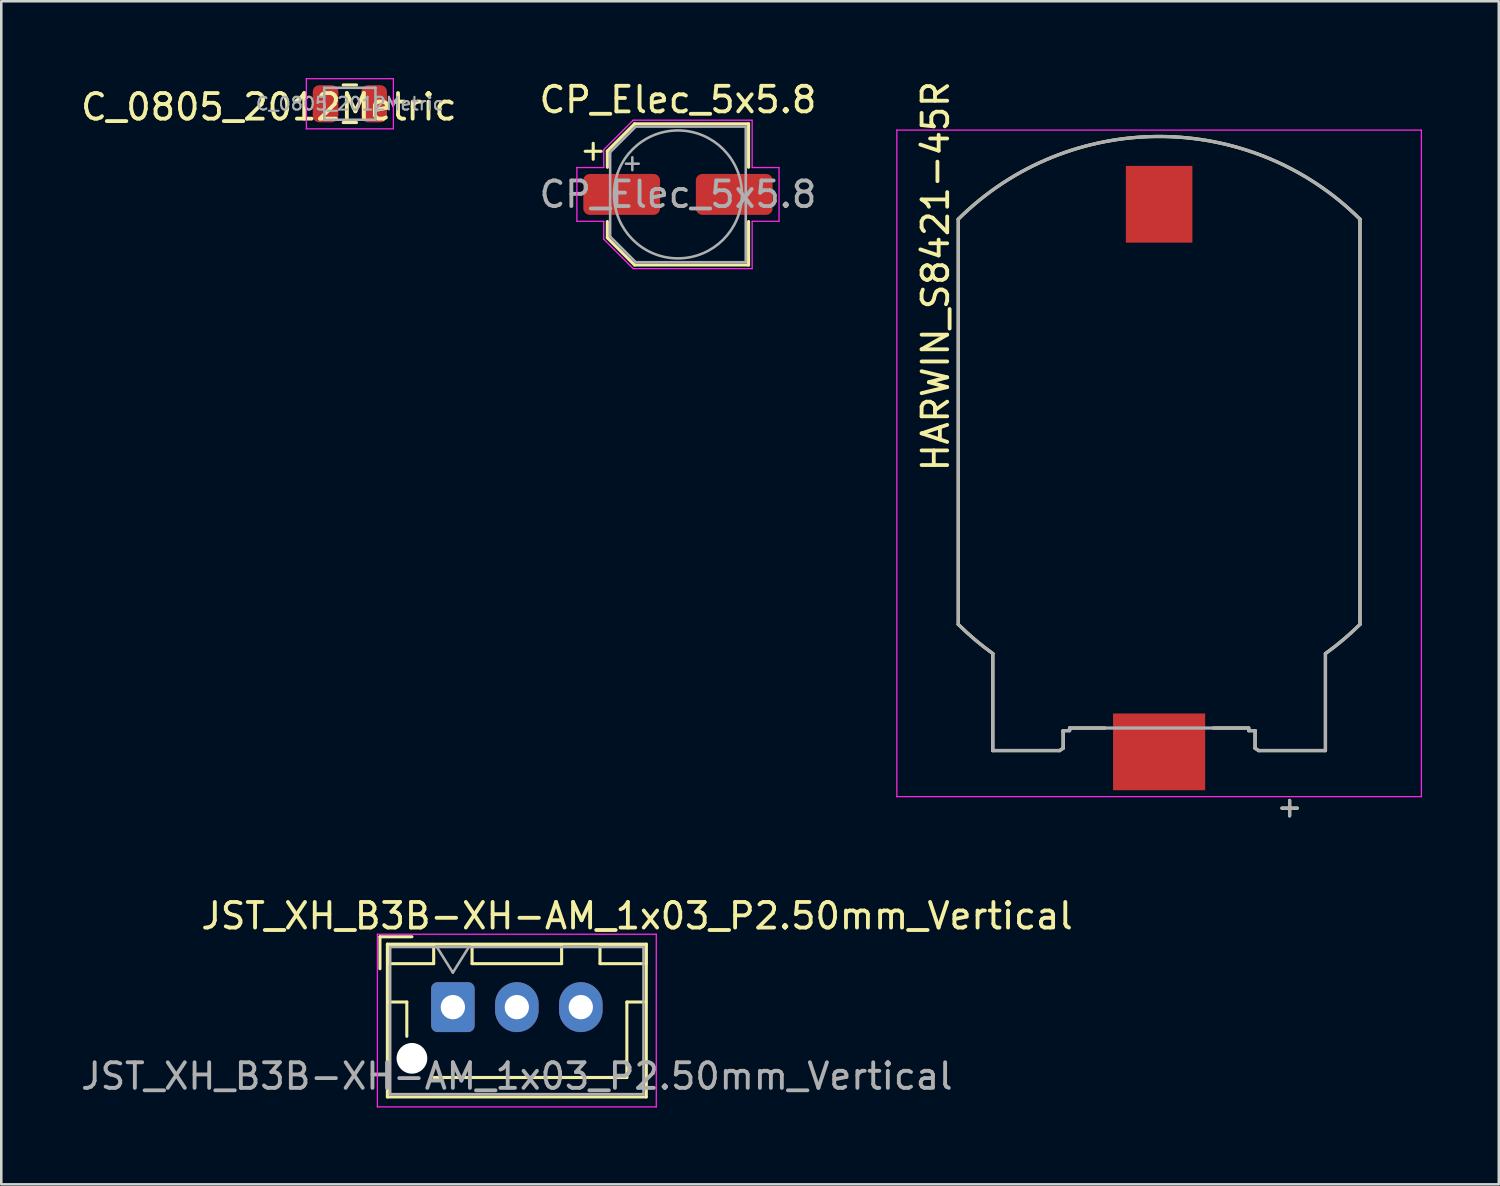
<source format=kicad_pcb>
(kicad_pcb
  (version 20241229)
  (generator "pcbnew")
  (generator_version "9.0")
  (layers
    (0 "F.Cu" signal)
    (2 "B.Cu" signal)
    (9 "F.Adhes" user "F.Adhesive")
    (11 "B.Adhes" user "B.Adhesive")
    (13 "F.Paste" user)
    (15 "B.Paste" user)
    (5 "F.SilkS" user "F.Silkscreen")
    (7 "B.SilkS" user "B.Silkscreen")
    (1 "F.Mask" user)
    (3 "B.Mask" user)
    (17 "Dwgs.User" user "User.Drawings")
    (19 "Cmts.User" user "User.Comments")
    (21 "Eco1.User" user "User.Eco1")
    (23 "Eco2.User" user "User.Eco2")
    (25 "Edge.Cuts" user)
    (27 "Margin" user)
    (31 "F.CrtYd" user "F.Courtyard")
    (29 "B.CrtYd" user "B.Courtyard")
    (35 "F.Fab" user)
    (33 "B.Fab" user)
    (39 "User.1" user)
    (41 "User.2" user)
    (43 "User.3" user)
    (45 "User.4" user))
  (footprint "JST_XH_B3B-XH-AM_1x03_P2.50mm_Vertical"
    (layer "F.Cu")
    (at 14.649 36.311)
    (property "Reference" "JST_XH_B3B-XH-AM_1x03_P2.50mm_Vertical" (at 7.197 -3.565 0) (layer "F.SilkS") (effects (font (size 1 1) (thickness 0.15))))
    (attr through_hole)
    (fp_line (start -2.85 -2.75) (end -2.85 -1.5) (stroke (width 0.12) (type solid)) (layer "F.SilkS"))
    (fp_line (start -2.56 -2.46) (end -2.56 3.51) (stroke (width 0.12) (type solid)) (layer "F.SilkS"))
    (fp_line (start -2.56 3.51) (end 7.56 3.51) (stroke (width 0.12) (type solid)) (layer "F.SilkS"))
    (fp_line (start -2.55 -2.45) (end -2.55 -1.7) (stroke (width 0.12) (type solid)) (layer "F.SilkS"))
    (fp_line (start -2.55 -1.7) (end -0.75 -1.7) (stroke (width 0.12) (type solid)) (layer "F.SilkS"))
    (fp_line (start -2.55 -0.2) (end -1.8 -0.2) (stroke (width 0.12) (type solid)) (layer "F.SilkS"))
    (fp_line (start -1.8 -0.2) (end -1.8 1.14) (stroke (width 0.12) (type solid)) (layer "F.SilkS"))
    (fp_line (start -1.6 -2.75) (end -2.85 -2.75) (stroke (width 0.12) (type solid)) (layer "F.SilkS"))
    (fp_line (start -0.75 -2.45) (end -2.55 -2.45) (stroke (width 0.12) (type solid)) (layer "F.SilkS"))
    (fp_line (start -0.75 -1.7) (end -0.75 -2.45) (stroke (width 0.12) (type solid)) (layer "F.SilkS"))
    (fp_line (start 0.75 -2.45) (end 0.75 -1.7) (stroke (width 0.12) (type solid)) (layer "F.SilkS"))
    (fp_line (start 0.75 -1.7) (end 4.25 -1.7) (stroke (width 0.12) (type solid)) (layer "F.SilkS"))
    (fp_line (start 2.5 2.75) (end -0.74 2.75) (stroke (width 0.12) (type solid)) (layer "F.SilkS"))
    (fp_line (start 4.25 -2.45) (end 0.75 -2.45) (stroke (width 0.12) (type solid)) (layer "F.SilkS"))
    (fp_line (start 4.25 -1.7) (end 4.25 -2.45) (stroke (width 0.12) (type solid)) (layer "F.SilkS"))
    (fp_line (start 5.75 -2.45) (end 5.75 -1.7) (stroke (width 0.12) (type solid)) (layer "F.SilkS"))
    (fp_line (start 5.75 -1.7) (end 7.55 -1.7) (stroke (width 0.12) (type solid)) (layer "F.SilkS"))
    (fp_line (start 6.8 -0.2) (end 6.8 2.75) (stroke (width 0.12) (type solid)) (layer "F.SilkS"))
    (fp_line (start 6.8 2.75) (end 2.5 2.75) (stroke (width 0.12) (type solid)) (layer "F.SilkS"))
    (fp_line (start 7.55 -2.45) (end 5.75 -2.45) (stroke (width 0.12) (type solid)) (layer "F.SilkS"))
    (fp_line (start 7.55 -1.7) (end 7.55 -2.45) (stroke (width 0.12) (type solid)) (layer "F.SilkS"))
    (fp_line (start 7.55 -0.2) (end 6.8 -0.2) (stroke (width 0.12) (type solid)) (layer "F.SilkS"))
    (fp_line (start 7.56 -2.46) (end -2.56 -2.46) (stroke (width 0.12) (type solid)) (layer "F.SilkS"))
    (fp_line (start 7.56 3.51) (end 7.56 -2.46) (stroke (width 0.12) (type solid)) (layer "F.SilkS"))
    (fp_line (start -2.95 -2.85) (end -2.95 3.9) (stroke (width 0.05) (type solid)) (layer "F.CrtYd"))
    (fp_line (start -2.95 3.9) (end 7.95 3.9) (stroke (width 0.05) (type solid)) (layer "F.CrtYd"))
    (fp_line (start 7.95 -2.85) (end -2.95 -2.85) (stroke (width 0.05) (type solid)) (layer "F.CrtYd"))
    (fp_line (start 7.95 3.9) (end 7.95 -2.85) (stroke (width 0.05) (type solid)) (layer "F.CrtYd"))
    (fp_line (start -2.45 -2.35) (end -2.45 3.4) (stroke (width 0.1) (type solid)) (layer "F.Fab"))
    (fp_line (start -2.45 3.4) (end 7.45 3.4) (stroke (width 0.1) (type solid)) (layer "F.Fab"))
    (fp_line (start -0.625 -2.35) (end 0 -1.35) (stroke (width 0.1) (type solid)) (layer "F.Fab"))
    (fp_line (start 0 -1.35) (end 0.625 -2.35) (stroke (width 0.1) (type solid)) (layer "F.Fab"))
    (fp_line (start 7.45 -2.35) (end -2.45 -2.35) (stroke (width 0.1) (type solid)) (layer "F.Fab"))
    (fp_line (start 7.45 3.4) (end 7.45 -2.35) (stroke (width 0.1) (type solid)) (layer "F.Fab"))
    (fp_text user "${REFERENCE}" (at 2.5 2.7 0) (layer "F.Fab") (effects (font (size 1 1) (thickness 0.15))))
    (pad "" np_thru_hole circle (at -1.6 2) (size 1.2 1.2) (drill 1.2) (layers "*.Cu" "*.Mask"))
    (pad "1" thru_hole roundrect (at 0 0) (size 1.7 1.95) (drill 0.95) (layers "*.Cu" "*.Mask") (roundrect_rratio 0.147))
    (pad "2" thru_hole oval (at 2.5 0) (size 1.7 1.95) (drill 0.95) (layers "*.Cu" "*.Mask"))
    (pad "3" thru_hole oval (at 5 0) (size 1.7 1.95) (drill 0.95) (layers "*.Cu" "*.Mask")))
  (footprint "HARWIN_S8421-45R"
    (layer "F.Cu")
    (at 42.251 13.434)
    (property "Reference" "HARWIN_S8421-45R" (at -8.738 -5.69 90) (layer "F.SilkS") (effects (font (size 1 1) (thickness 0.15))))
    (attr smd)
    (fp_line (start -7.85 -7.918) (end -7.85 7.918) (stroke (width 0.127) (type solid)) (layer "F.SilkS"))
    (fp_line (start -6.5 9.059) (end -6.5 12.85) (stroke (width 0.127) (type solid)) (layer "F.SilkS"))
    (fp_line (start -6.5 12.85) (end -3.889 12.85) (stroke (width 0.127) (type solid)) (layer "F.SilkS"))
    (fp_line (start -3.75 12.758) (end -3.889 12.85) (stroke (width 0.127) (type solid)) (layer "F.SilkS"))
    (fp_line (start -3.75 12.758) (end -3.75 12.12) (stroke (width 0.127) (type solid)) (layer "F.SilkS"))
    (fp_line (start -3.75 12.07) (end -3.75 12.12) (stroke (width 0.127) (type solid)) (layer "F.SilkS"))
    (fp_line (start -3.5 12.07) (end -3.75 12.07) (stroke (width 0.127) (type solid)) (layer "F.SilkS"))
    (fp_line (start -3.5 12.07) (end -3.5 11.97) (stroke (width 0.127) (type solid)) (layer "F.SilkS"))
    (fp_line (start -2.12 11.97) (end -3.5 11.97) (stroke (width 0.127) (type solid)) (layer "F.SilkS"))
    (fp_line (start 3.5 11.97) (end 2.12 11.97) (stroke (width 0.127) (type solid)) (layer "F.SilkS"))
    (fp_line (start 3.5 12.07) (end 3.5 11.97) (stroke (width 0.127) (type solid)) (layer "F.SilkS"))
    (fp_line (start 3.75 12.12) (end 3.75 12.109) (stroke (width 0.127) (type solid)) (layer "F.SilkS"))
    (fp_line (start 3.75 12.07) (end 3.5 12.07) (stroke (width 0.127) (type solid)) (layer "F.SilkS"))
    (fp_line (start 3.75 12.109) (end 3.75 12.07) (stroke (width 0.127) (type solid)) (layer "F.SilkS"))
    (fp_line (start 3.75 12.758) (end 3.75 12.12) (stroke (width 0.127) (type solid)) (layer "F.SilkS"))
    (fp_line (start 3.889 12.85) (end 3.75 12.758) (stroke (width 0.127) (type solid)) (layer "F.SilkS"))
    (fp_line (start 3.889 12.85) (end 6.5 12.85) (stroke (width 0.127) (type solid)) (layer "F.SilkS"))
    (fp_line (start 4.8 15.1) (end 5.4 15.1) (stroke (width 0.127) (type solid)) (layer "F.SilkS"))
    (fp_line (start 5.1 14.8) (end 5.1 15.4) (stroke (width 0.127) (type solid)) (layer "F.SilkS"))
    (fp_line (start 6.5 12.85) (end 6.5 9.059) (stroke (width 0.127) (type solid)) (layer "F.SilkS"))
    (fp_line (start 7.85 7.918) (end 7.85 -7.918) (stroke (width 0.127) (type solid)) (layer "F.SilkS"))
    (fp_arc (start -7.85 -7.91834) (mid 0 -11.150006) (end 7.85 -7.91834) (stroke (width 0.127) (type solid)) (layer "F.SilkS"))
    (fp_arc (start -6.5 9.05939) (mid -7.197647 8.515654) (end -7.85 7.91833) (stroke (width 0.127) (type solid)) (layer "F.SilkS"))
    (fp_arc (start 7.85 7.91834) (mid 7.197647 8.515659) (end 6.5 9.05939) (stroke (width 0.127) (type solid)) (layer "F.SilkS"))
    (fp_line (start -10.25 -11.4) (end -10.25 14.65) (stroke (width 0.05) (type solid)) (layer "F.CrtYd"))
    (fp_line (start -10.25 14.65) (end 10.25 14.65) (stroke (width 0.05) (type solid)) (layer "F.CrtYd"))
    (fp_line (start 10.25 -11.4) (end -10.25 -11.4) (stroke (width 0.05) (type solid)) (layer "F.CrtYd"))
    (fp_line (start 10.25 14.65) (end 10.25 -11.4) (stroke (width 0.05) (type solid)) (layer "F.CrtYd"))
    (fp_line (start -7.85 -7.918) (end -7.85 7.918) (stroke (width 0.127) (type solid)) (layer "F.Fab"))
    (fp_line (start -6.5 9.059) (end -6.5 12.85) (stroke (width 0.127) (type solid)) (layer "F.Fab"))
    (fp_line (start -6.5 12.85) (end -3.889 12.85) (stroke (width 0.127) (type solid)) (layer "F.Fab"))
    (fp_line (start -3.75 12.758) (end -3.889 12.85) (stroke (width 0.127) (type solid)) (layer "F.Fab"))
    (fp_line (start -3.75 12.758) (end -3.75 12.12) (stroke (width 0.127) (type solid)) (layer "F.Fab"))
    (fp_line (start -3.75 12.07) (end -3.75 12.12) (stroke (width 0.127) (type solid)) (layer "F.Fab"))
    (fp_line (start -3.5 12.07) (end -3.75 12.07) (stroke (width 0.127) (type solid)) (layer "F.Fab"))
    (fp_line (start -3.5 12.07) (end -3.5 11.97) (stroke (width 0.127) (type solid)) (layer "F.Fab"))
    (fp_line (start 3.5 11.97) (end -3.5 11.97) (stroke (width 0.127) (type solid)) (layer "F.Fab"))
    (fp_line (start 3.5 12.07) (end 3.5 11.97) (stroke (width 0.127) (type solid)) (layer "F.Fab"))
    (fp_line (start 3.75 12.12) (end 3.75 12.109) (stroke (width 0.127) (type solid)) (layer "F.Fab"))
    (fp_line (start 3.75 12.07) (end 3.5 12.07) (stroke (width 0.127) (type solid)) (layer "F.Fab"))
    (fp_line (start 3.75 12.109) (end 3.75 12.07) (stroke (width 0.127) (type solid)) (layer "F.Fab"))
    (fp_line (start 3.75 12.758) (end 3.75 12.12) (stroke (width 0.127) (type solid)) (layer "F.Fab"))
    (fp_line (start 3.889 12.85) (end 3.75 12.758) (stroke (width 0.127) (type solid)) (layer "F.Fab"))
    (fp_line (start 3.889 12.85) (end 6.5 12.85) (stroke (width 0.127) (type solid)) (layer "F.Fab"))
    (fp_line (start 4.8 15.1) (end 5.4 15.1) (stroke (width 0.127) (type solid)) (layer "F.Fab"))
    (fp_line (start 5.1 14.8) (end 5.1 15.4) (stroke (width 0.127) (type solid)) (layer "F.Fab"))
    (fp_line (start 6.5 12.85) (end 6.5 9.059) (stroke (width 0.127) (type solid)) (layer "F.Fab"))
    (fp_line (start 7.85 7.918) (end 7.85 -7.918) (stroke (width 0.127) (type solid)) (layer "F.Fab"))
    (fp_arc (start -7.85 -7.91834) (mid 0 -11.150006) (end 7.85 -7.91834) (stroke (width 0.127) (type solid)) (layer "F.Fab"))
    (fp_arc (start -6.5 9.05939) (mid -7.197647 8.515654) (end -7.85 7.91833) (stroke (width 0.127) (type solid)) (layer "F.Fab"))
    (fp_arc (start 7.85 7.91834) (mid 7.197647 8.515659) (end 6.5 9.05939) (stroke (width 0.127) (type solid)) (layer "F.Fab"))
    (pad "N" smd rect (at 0 -8.5) (size 2.6 3) (layers "F.Cu" "F.Mask" "F.Paste"))
    (pad "P" smd rect (at 0 12.9) (size 3.6 3) (layers "F.Cu" "F.Mask" "F.Paste")))
  (footprint "C_0805_2012Metric"
    (layer "F.Cu")
    (at 10.623 1.005)
    (property "Reference" "C_0805_2012Metric" (at -3.165 0.127 180) (layer "F.SilkS") (effects (font (size 1 1) (thickness 0.15))))
    (attr smd)
    (fp_line (start -0.261 -0.735) (end 0.261 -0.735) (stroke (width 0.12) (type solid)) (layer "F.SilkS"))
    (fp_line (start -0.261 0.735) (end 0.261 0.735) (stroke (width 0.12) (type solid)) (layer "F.SilkS"))
    (fp_line (start -1.7 -0.98) (end 1.7 -0.98) (stroke (width 0.05) (type solid)) (layer "F.CrtYd"))
    (fp_line (start -1.7 0.98) (end -1.7 -0.98) (stroke (width 0.05) (type solid)) (layer "F.CrtYd"))
    (fp_line (start 1.7 -0.98) (end 1.7 0.98) (stroke (width 0.05) (type solid)) (layer "F.CrtYd"))
    (fp_line (start 1.7 0.98) (end -1.7 0.98) (stroke (width 0.05) (type solid)) (layer "F.CrtYd"))
    (fp_line (start -1 -0.625) (end 1 -0.625) (stroke (width 0.1) (type solid)) (layer "F.Fab"))
    (fp_line (start -1 0.625) (end -1 -0.625) (stroke (width 0.1) (type solid)) (layer "F.Fab"))
    (fp_line (start 1 -0.625) (end 1 0.625) (stroke (width 0.1) (type solid)) (layer "F.Fab"))
    (fp_line (start 1 0.625) (end -1 0.625) (stroke (width 0.1) (type solid)) (layer "F.Fab"))
    (fp_text user "${REFERENCE}" (at 0 0 180) (layer "F.Fab") (effects (font (size 0.5 0.5) (thickness 0.08))))
    (pad "1" smd roundrect (at -0.95 0) (size 1 1.45) (layers "F.Cu" "F.Mask" "F.Paste") (roundrect_rratio 0.25))
    (pad "2" smd roundrect (at 0.95 0) (size 1 1.45) (layers "F.Cu" "F.Mask" "F.Paste") (roundrect_rratio 0.25)))
  (footprint "CP_Elec_5x5.8"
    (layer "F.Cu")
    (at 23.446 4.548)
    (property "Reference" "CP_Elec_5x5.8" (at 0 -3.7 180) (layer "F.SilkS") (effects (font (size 1 1) (thickness 0.15))))
    (attr smd)
    (fp_line (start -3.625 -1.685) (end -3 -1.685) (stroke (width 0.12) (type solid)) (layer "F.SilkS"))
    (fp_line (start -3.312 -1.998) (end -3.312 -1.373) (stroke (width 0.12) (type solid)) (layer "F.SilkS"))
    (fp_line (start -2.76 -1.696) (end -2.76 -1.06) (stroke (width 0.12) (type solid)) (layer "F.SilkS"))
    (fp_line (start -2.76 -1.696) (end -1.696 -2.76) (stroke (width 0.12) (type solid)) (layer "F.SilkS"))
    (fp_line (start -2.76 1.696) (end -2.76 1.06) (stroke (width 0.12) (type solid)) (layer "F.SilkS"))
    (fp_line (start -2.76 1.696) (end -1.696 2.76) (stroke (width 0.12) (type solid)) (layer "F.SilkS"))
    (fp_line (start -1.696 -2.76) (end 2.76 -2.76) (stroke (width 0.12) (type solid)) (layer "F.SilkS"))
    (fp_line (start -1.696 2.76) (end 2.76 2.76) (stroke (width 0.12) (type solid)) (layer "F.SilkS"))
    (fp_line (start 2.76 -2.76) (end 2.76 -1.06) (stroke (width 0.12) (type solid)) (layer "F.SilkS"))
    (fp_line (start 2.76 2.76) (end 2.76 1.06) (stroke (width 0.12) (type solid)) (layer "F.SilkS"))
    (fp_line (start -3.95 -1.05) (end -3.95 1.05) (stroke (width 0.05) (type solid)) (layer "F.CrtYd"))
    (fp_line (start -3.95 1.05) (end -2.9 1.05) (stroke (width 0.05) (type solid)) (layer "F.CrtYd"))
    (fp_line (start -2.9 -1.75) (end -2.9 -1.05) (stroke (width 0.05) (type solid)) (layer "F.CrtYd"))
    (fp_line (start -2.9 -1.75) (end -1.75 -2.9) (stroke (width 0.05) (type solid)) (layer "F.CrtYd"))
    (fp_line (start -2.9 -1.05) (end -3.95 -1.05) (stroke (width 0.05) (type solid)) (layer "F.CrtYd"))
    (fp_line (start -2.9 1.05) (end -2.9 1.75) (stroke (width 0.05) (type solid)) (layer "F.CrtYd"))
    (fp_line (start -2.9 1.75) (end -1.75 2.9) (stroke (width 0.05) (type solid)) (layer "F.CrtYd"))
    (fp_line (start -1.75 -2.9) (end 2.9 -2.9) (stroke (width 0.05) (type solid)) (layer "F.CrtYd"))
    (fp_line (start -1.75 2.9) (end 2.9 2.9) (stroke (width 0.05) (type solid)) (layer "F.CrtYd"))
    (fp_line (start 2.9 -2.9) (end 2.9 -1.05) (stroke (width 0.05) (type solid)) (layer "F.CrtYd"))
    (fp_line (start 2.9 -1.05) (end 3.95 -1.05) (stroke (width 0.05) (type solid)) (layer "F.CrtYd"))
    (fp_line (start 2.9 1.05) (end 2.9 2.9) (stroke (width 0.05) (type solid)) (layer "F.CrtYd"))
    (fp_line (start 3.95 -1.05) (end 3.95 1.05) (stroke (width 0.05) (type solid)) (layer "F.CrtYd"))
    (fp_line (start 3.95 1.05) (end 2.9 1.05) (stroke (width 0.05) (type solid)) (layer "F.CrtYd"))
    (fp_line (start -2.65 -1.65) (end -2.65 1.65) (stroke (width 0.1) (type solid)) (layer "F.Fab"))
    (fp_line (start -2.65 -1.65) (end -1.65 -2.65) (stroke (width 0.1) (type solid)) (layer "F.Fab"))
    (fp_line (start -2.65 1.65) (end -1.65 2.65) (stroke (width 0.1) (type solid)) (layer "F.Fab"))
    (fp_line (start -2.034 -1.2) (end -1.534 -1.2) (stroke (width 0.1) (type solid)) (layer "F.Fab"))
    (fp_line (start -1.784 -1.45) (end -1.784 -0.95) (stroke (width 0.1) (type solid)) (layer "F.Fab"))
    (fp_line (start -1.65 -2.65) (end 2.65 -2.65) (stroke (width 0.1) (type solid)) (layer "F.Fab"))
    (fp_line (start -1.65 2.65) (end 2.65 2.65) (stroke (width 0.1) (type solid)) (layer "F.Fab"))
    (fp_line (start 2.65 -2.65) (end 2.65 2.65) (stroke (width 0.1) (type solid)) (layer "F.Fab"))
    (fp_circle (center 0 0) (end 2.5 0) (stroke (width 0.1) (type solid)) (fill no) (layer "F.Fab"))
    (fp_text user "${REFERENCE}" (at 0 0 180) (layer "F.Fab") (effects (font (size 1 1) (thickness 0.15))))
    (pad "1" smd roundrect (at -2.2 0) (size 3 1.6) (layers "F.Cu" "F.Mask" "F.Paste") (roundrect_rratio 0.156))
    (pad "2" smd roundrect (at 2.2 0) (size 3 1.6) (layers "F.Cu" "F.Mask" "F.Paste") (roundrect_rratio 0.156)))
  (gr_rect
    (start -3 -3)
    (end 55.526 43.236)
    (stroke (width 0.1) (type default))
    (fill no)
    (layer "Edge.Cuts")))
</source>
